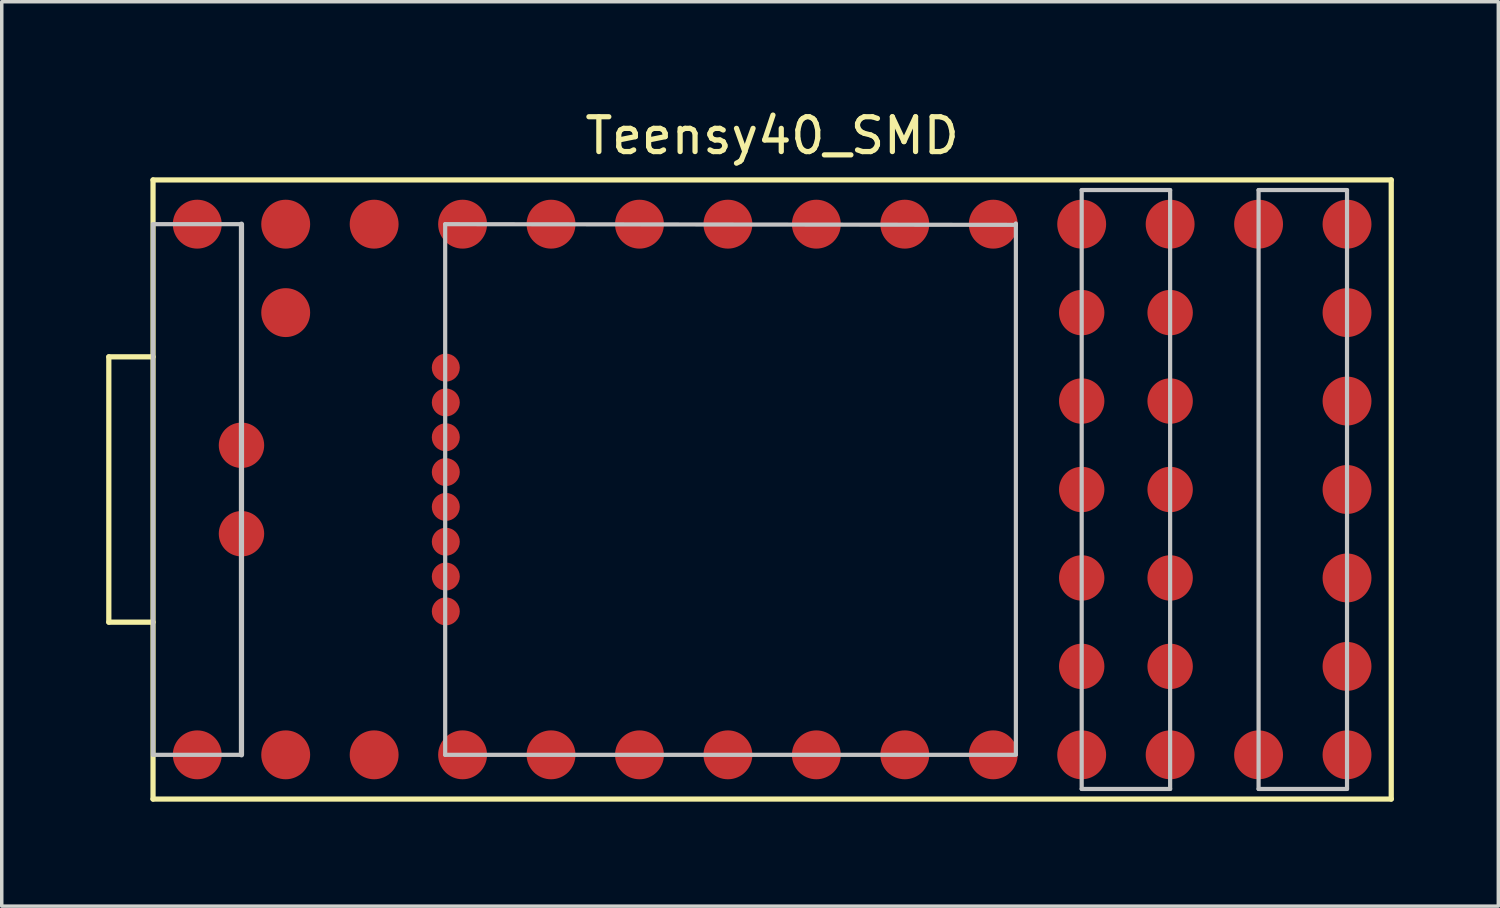
<source format=kicad_pcb>
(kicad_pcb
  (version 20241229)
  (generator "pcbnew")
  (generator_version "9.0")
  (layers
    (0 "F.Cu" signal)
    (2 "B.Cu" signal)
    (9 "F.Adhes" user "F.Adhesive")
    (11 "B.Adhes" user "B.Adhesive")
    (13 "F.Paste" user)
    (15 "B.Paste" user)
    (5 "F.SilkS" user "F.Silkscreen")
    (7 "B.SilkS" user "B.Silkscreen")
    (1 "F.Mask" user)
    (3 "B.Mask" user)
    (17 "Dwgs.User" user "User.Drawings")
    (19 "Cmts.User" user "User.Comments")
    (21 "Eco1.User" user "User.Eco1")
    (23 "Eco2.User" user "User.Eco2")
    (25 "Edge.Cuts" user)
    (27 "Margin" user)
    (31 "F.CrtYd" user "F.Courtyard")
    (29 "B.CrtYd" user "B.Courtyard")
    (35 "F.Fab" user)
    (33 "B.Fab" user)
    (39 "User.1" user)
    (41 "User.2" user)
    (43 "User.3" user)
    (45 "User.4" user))
  (footprint "Teensy40_SMD"
    (layer "F.Cu")
    (at 19.125 11.008)
    (property "Reference" "Teensy40_SMD" (at 0 -10.16 0) (layer "F.SilkS") (effects (font (size 1 1) (thickness 0.15))))
    (attr through_hole)
    (fp_line (start -19.05 -3.81) (end -19.05 3.81) (stroke (width 0.15) (type solid)) (layer "F.SilkS"))
    (fp_line (start -19.05 3.81) (end -17.78 3.81) (stroke (width 0.15) (type solid)) (layer "F.SilkS"))
    (fp_line (start -17.78 -8.89) (end -17.78 8.89) (stroke (width 0.15) (type solid)) (layer "F.SilkS"))
    (fp_line (start -17.78 -3.81) (end -19.05 -3.81) (stroke (width 0.15) (type solid)) (layer "F.SilkS"))
    (fp_line (start -17.78 8.89) (end 17.78 8.89) (stroke (width 0.15) (type solid)) (layer "F.SilkS"))
    (fp_line (start 17.78 -8.89) (end -17.78 -8.89) (stroke (width 0.15) (type solid)) (layer "F.SilkS"))
    (fp_line (start 17.78 8.89) (end 17.78 -8.89) (stroke (width 0.15) (type solid)) (layer "F.SilkS"))
    (fp_line (start -17.78 -7.62) (end -17.78 7.62) (stroke (width 0.12) (type solid)) (layer "Dwgs.User"))
    (fp_line (start -17.78 -7.62) (end -15.24 -7.62) (stroke (width 0.12) (type solid)) (layer "Dwgs.User"))
    (fp_line (start -17.78 7.62) (end -15.24 7.62) (stroke (width 0.12) (type solid)) (layer "Dwgs.User"))
    (fp_line (start -15.24 -7.62) (end -15.24 7.62) (stroke (width 0.15) (type solid)) (layer "Dwgs.User"))
    (fp_line (start -9.39 -7.62) (end -9.39 7.62) (stroke (width 0.12) (type solid)) (layer "Dwgs.User"))
    (fp_line (start -9.39 -7.62) (end 7 -7.6) (stroke (width 0.12) (type solid)) (layer "Dwgs.User"))
    (fp_line (start -9.39 7.62) (end 7 7.62) (stroke (width 0.12) (type solid)) (layer "Dwgs.User"))
    (fp_line (start 7 -7.64) (end 7 7.6) (stroke (width 0.12) (type solid)) (layer "Dwgs.User"))
    (fp_line (start 8.89 -8.6) (end 8.89 8.6) (stroke (width 0.12) (type solid)) (layer "Dwgs.User"))
    (fp_line (start 8.89 8.6) (end 11.43 8.6) (stroke (width 0.12) (type solid)) (layer "Dwgs.User"))
    (fp_line (start 11.43 -8.6) (end 8.89 -8.6) (stroke (width 0.12) (type solid)) (layer "Dwgs.User"))
    (fp_line (start 11.43 8.6) (end 11.43 -8.6) (stroke (width 0.12) (type solid)) (layer "Dwgs.User"))
    (fp_line (start 13.97 -8.6) (end 16.51 -8.6) (stroke (width 0.12) (type solid)) (layer "Dwgs.User"))
    (fp_line (start 13.97 8.6) (end 13.97 -8.6) (stroke (width 0.12) (type solid)) (layer "Dwgs.User"))
    (fp_line (start 16.51 -8.6) (end 16.51 8.6) (stroke (width 0.12) (type solid)) (layer "Dwgs.User"))
    (fp_line (start 16.51 8.6) (end 13.97 8.6) (stroke (width 0.12) (type solid)) (layer "Dwgs.User"))
    (fp_poly (pts (xy -17.272 -0.762) (xy -14.732 -0.762) (xy -14.732 -1.778) (xy -17.272 -1.778)) (stroke (width 0.1) (type solid)) (fill no) (layer "Eco1.User"))
    (fp_poly (pts (xy -17.272 1.778) (xy -14.732 1.778) (xy -14.732 0.762) (xy -17.272 0.762)) (stroke (width 0.1) (type solid)) (fill no) (layer "Eco1.User"))
    (fp_poly (pts (xy -9.5 -3.75) (xy -7.5 -3.75) (xy -7.5 -3.25) (xy -9.5 -3.25)) (stroke (width 0.1) (type solid)) (fill no) (layer "Eco1.User"))
    (fp_poly (pts (xy -9.5 -2.75) (xy -7.5 -2.75) (xy -7.5 -2.25) (xy -9.5 -2.25)) (stroke (width 0.1) (type solid)) (fill no) (layer "Eco1.User"))
    (fp_poly (pts (xy -9.5 -1.75) (xy -7.5 -1.75) (xy -7.5 -1.25) (xy -9.5 -1.25)) (stroke (width 0.1) (type solid)) (fill no) (layer "Eco1.User"))
    (fp_poly (pts (xy -9.5 -0.75) (xy -7.5 -0.75) (xy -7.5 -0.25) (xy -9.5 -0.25)) (stroke (width 0.1) (type solid)) (fill no) (layer "Eco1.User"))
    (fp_poly (pts (xy -9.5 0.25) (xy -7.5 0.25) (xy -7.5 0.75) (xy -9.5 0.75)) (stroke (width 0.1) (type solid)) (fill no) (layer "Eco1.User"))
    (fp_poly (pts (xy -9.5 1.25) (xy -7.5 1.25) (xy -7.5 1.75) (xy -9.5 1.75)) (stroke (width 0.1) (type solid)) (fill no) (layer "Eco1.User"))
    (fp_poly (pts (xy -9.5 2.25) (xy -7.5 2.25) (xy -7.5 2.75) (xy -9.5 2.75)) (stroke (width 0.1) (type solid)) (fill no) (layer "Eco1.User"))
    (fp_poly (pts (xy -9.5 3.25) (xy -7.5 3.25) (xy -7.5 3.75) (xy -9.5 3.75)) (stroke (width 0.1) (type solid)) (fill no) (layer "Eco1.User"))
    (fp_poly (pts (xy 6.858 -4.572) (xy 9.398 -4.572) (xy 9.398 -5.588) (xy 6.858 -5.588)) (stroke (width 0.1) (type solid)) (fill no) (layer "Eco1.User"))
    (fp_poly (pts (xy 6.858 -2.032) (xy 9.398 -2.032) (xy 9.398 -3.048) (xy 6.858 -3.048)) (stroke (width 0.1) (type solid)) (fill no) (layer "Eco1.User"))
    (fp_poly (pts (xy 6.858 0.508) (xy 9.398 0.508) (xy 9.398 -0.508) (xy 6.858 -0.508)) (stroke (width 0.1) (type solid)) (fill no) (layer "Eco1.User"))
    (fp_poly (pts (xy 6.858 3.048) (xy 9.398 3.048) (xy 9.398 2.032) (xy 6.858 2.032)) (stroke (width 0.1) (type solid)) (fill no) (layer "Eco1.User"))
    (fp_poly (pts (xy 6.858 5.588) (xy 9.398 5.588) (xy 9.398 4.572) (xy 6.858 4.572)) (stroke (width 0.1) (type solid)) (fill no) (layer "Eco1.User"))
    (fp_poly (pts (xy 10.922 -4.572) (xy 13.462 -4.572) (xy 13.462 -5.588) (xy 10.922 -5.588)) (stroke (width 0.1) (type solid)) (fill no) (layer "Eco1.User"))
    (fp_poly (pts (xy 10.922 -2.032) (xy 13.462 -2.032) (xy 13.462 -3.048) (xy 10.922 -3.048)) (stroke (width 0.1) (type solid)) (fill no) (layer "Eco1.User"))
    (fp_poly (pts (xy 10.922 0.508) (xy 13.462 0.508) (xy 13.462 -0.508) (xy 10.922 -0.508)) (stroke (width 0.1) (type solid)) (fill no) (layer "Eco1.User"))
    (fp_poly (pts (xy 10.922 3.048) (xy 13.462 3.048) (xy 13.462 2.032) (xy 10.922 2.032)) (stroke (width 0.1) (type solid)) (fill no) (layer "Eco1.User"))
    (fp_poly (pts (xy 10.922 5.588) (xy 13.462 5.588) (xy 13.462 4.572) (xy 10.922 4.572)) (stroke (width 0.1) (type solid)) (fill no) (layer "Eco1.User"))
    (pad "1" smd circle (at -16.51 7.62) (size 1.404 1.404) (layers "F.Cu" "F.Mask" "F.Paste"))
    (pad "2" smd circle (at -13.97 7.62) (size 1.404 1.404) (layers "F.Cu" "F.Mask" "F.Paste"))
    (pad "3" smd circle (at -11.43 7.62) (size 1.404 1.404) (layers "F.Cu" "F.Mask" "F.Paste"))
    (pad "4" smd circle (at -8.89 7.62) (size 1.404 1.404) (layers "F.Cu" "F.Mask" "F.Paste"))
    (pad "5" smd circle (at -6.35 7.62) (size 1.404 1.404) (layers "F.Cu" "F.Mask" "F.Paste"))
    (pad "6" smd circle (at -3.81 7.62) (size 1.404 1.404) (layers "F.Cu" "F.Mask" "F.Paste"))
    (pad "7" smd circle (at -1.27 7.62) (size 1.404 1.404) (layers "F.Cu" "F.Mask" "F.Paste"))
    (pad "8" smd circle (at 1.27 7.62) (size 1.404 1.404) (layers "F.Cu" "F.Mask" "F.Paste"))
    (pad "9" smd circle (at 3.81 7.62) (size 1.404 1.404) (layers "F.Cu" "F.Mask" "F.Paste"))
    (pad "10" smd circle (at 6.35 7.62) (size 1.404 1.404) (layers "F.Cu" "F.Mask" "F.Paste"))
    (pad "11" smd circle (at 8.89 7.62) (size 1.404 1.404) (layers "F.Cu" "F.Mask" "F.Paste"))
    (pad "12" smd circle (at 11.43 7.62) (size 1.404 1.404) (layers "F.Cu" "F.Mask" "F.Paste"))
    (pad "13" smd circle (at 13.97 7.62) (size 1.404 1.404) (layers "F.Cu" "F.Mask" "F.Paste"))
    (pad "14" smd circle (at 16.51 7.62) (size 1.404 1.404) (layers "F.Cu" "F.Mask" "F.Paste"))
    (pad "15" smd circle (at 16.51 5.08) (size 1.404 1.404) (layers "F.Cu" "F.Mask" "F.Paste"))
    (pad "16" smd circle (at 16.51 2.54) (size 1.404 1.404) (layers "F.Cu" "F.Mask" "F.Paste"))
    (pad "17" smd circle (at 16.51 0) (size 1.404 1.404) (layers "F.Cu" "F.Mask" "F.Paste"))
    (pad "18" smd circle (at 16.51 -2.54) (size 1.404 1.404) (layers "F.Cu" "F.Mask" "F.Paste"))
    (pad "19" smd circle (at 16.51 -5.08) (size 1.404 1.404) (layers "F.Cu" "F.Mask" "F.Paste"))
    (pad "20" smd circle (at 16.51 -7.62) (size 1.404 1.404) (layers "F.Cu" "F.Mask" "F.Paste"))
    (pad "21" smd circle (at 13.97 -7.62) (size 1.404 1.404) (layers "F.Cu" "F.Mask" "F.Paste"))
    (pad "22" smd circle (at 11.43 -7.62) (size 1.404 1.404) (layers "F.Cu" "F.Mask" "F.Paste"))
    (pad "23" smd circle (at 8.89 -7.62) (size 1.404 1.404) (layers "F.Cu" "F.Mask" "F.Paste"))
    (pad "24" smd circle (at 6.35 -7.62) (size 1.404 1.404) (layers "F.Cu" "F.Mask" "F.Paste"))
    (pad "25" smd circle (at 3.81 -7.62) (size 1.404 1.404) (layers "F.Cu" "F.Mask" "F.Paste"))
    (pad "26" smd circle (at 1.27 -7.62) (size 1.404 1.404) (layers "F.Cu" "F.Mask" "F.Paste"))
    (pad "27" smd circle (at -1.27 -7.62) (size 1.404 1.404) (layers "F.Cu" "F.Mask" "F.Paste"))
    (pad "28" smd circle (at -3.81 -7.62) (size 1.404 1.404) (layers "F.Cu" "F.Mask" "F.Paste"))
    (pad "29" smd circle (at -6.35 -7.62) (size 1.404 1.404) (layers "F.Cu" "F.Mask" "F.Paste"))
    (pad "30" smd circle (at -8.89 -7.62) (size 1.404 1.404) (layers "F.Cu" "F.Mask" "F.Paste"))
    (pad "31" smd circle (at -11.43 -7.62) (size 1.404 1.404) (layers "F.Cu" "F.Mask" "F.Paste"))
    (pad "32" smd circle (at -13.97 -7.62) (size 1.404 1.404) (layers "F.Cu" "F.Mask" "F.Paste"))
    (pad "33" smd circle (at -16.51 -7.62) (size 1.404 1.404) (layers "F.Cu" "F.Mask" "F.Paste"))
    (pad "34" smd circle (at -13.97 -5.08) (size 1.404 1.404) (layers "F.Cu" "F.Mask" "F.Paste"))
    (pad "35" smd circle (at 11.43 -5.08) (size 1.304 1.304) (layers "F.Cu" "F.Mask" "F.Paste"))
    (pad "36" smd circle (at 8.89 -5.08) (size 1.304 1.304) (layers "F.Cu" "F.Mask" "F.Paste"))
    (pad "37" smd circle (at 11.43 -2.54) (size 1.304 1.304) (layers "F.Cu" "F.Mask" "F.Paste"))
    (pad "38" smd circle (at 8.89 -2.54) (size 1.304 1.304) (layers "F.Cu" "F.Mask" "F.Paste"))
    (pad "39" smd circle (at 11.43 0) (size 1.304 1.304) (layers "F.Cu" "F.Mask" "F.Paste"))
    (pad "40" smd circle (at 8.89 0) (size 1.304 1.304) (layers "F.Cu" "F.Mask" "F.Paste"))
    (pad "41" smd circle (at 11.43 2.54) (size 1.304 1.304) (layers "F.Cu" "F.Mask" "F.Paste"))
    (pad "42" smd circle (at 8.89 2.54) (size 1.304 1.304) (layers "F.Cu" "F.Mask" "F.Paste"))
    (pad "43" smd circle (at 11.43 5.08) (size 1.304 1.304) (layers "F.Cu" "F.Mask" "F.Paste"))
    (pad "44" smd circle (at 8.89 5.08) (size 1.304 1.304) (layers "F.Cu" "F.Mask" "F.Paste"))
    (pad "45" smd circle (at -9.372 -3.5) (size 0.804 0.804) (layers "F.Cu" "F.Mask" "F.Paste"))
    (pad "46" smd circle (at -9.372 -2.5) (size 0.804 0.804) (layers "F.Cu" "F.Mask" "F.Paste"))
    (pad "47" smd circle (at -9.372 -1.5) (size 0.804 0.804) (layers "F.Cu" "F.Mask" "F.Paste"))
    (pad "48" smd circle (at -9.372 -0.5) (size 0.804 0.804) (layers "F.Cu" "F.Mask" "F.Paste"))
    (pad "49" smd circle (at -9.372 0.5) (size 0.804 0.804) (layers "F.Cu" "F.Mask" "F.Paste"))
    (pad "50" smd circle (at -9.372 1.5) (size 0.804 0.804) (layers "F.Cu" "F.Mask" "F.Paste"))
    (pad "51" smd circle (at -9.372 2.5) (size 0.804 0.804) (layers "F.Cu" "F.Mask" "F.Paste"))
    (pad "52" smd circle (at -9.372 3.5) (size 0.804 0.804) (layers "F.Cu" "F.Mask" "F.Paste"))
    (pad "53" smd circle (at -15.24 -1.27) (size 1.304 1.304) (layers "F.Cu" "F.Mask" "F.Paste"))
    (pad "54" smd circle (at -15.24 1.27) (size 1.304 1.304) (layers "F.Cu" "F.Mask" "F.Paste")))
  (gr_rect
    (start -3 -3)
    (end 39.98 22.973)
    (stroke (width 0.1) (type default))
    (fill no)
    (layer "Edge.Cuts")))
</source>
